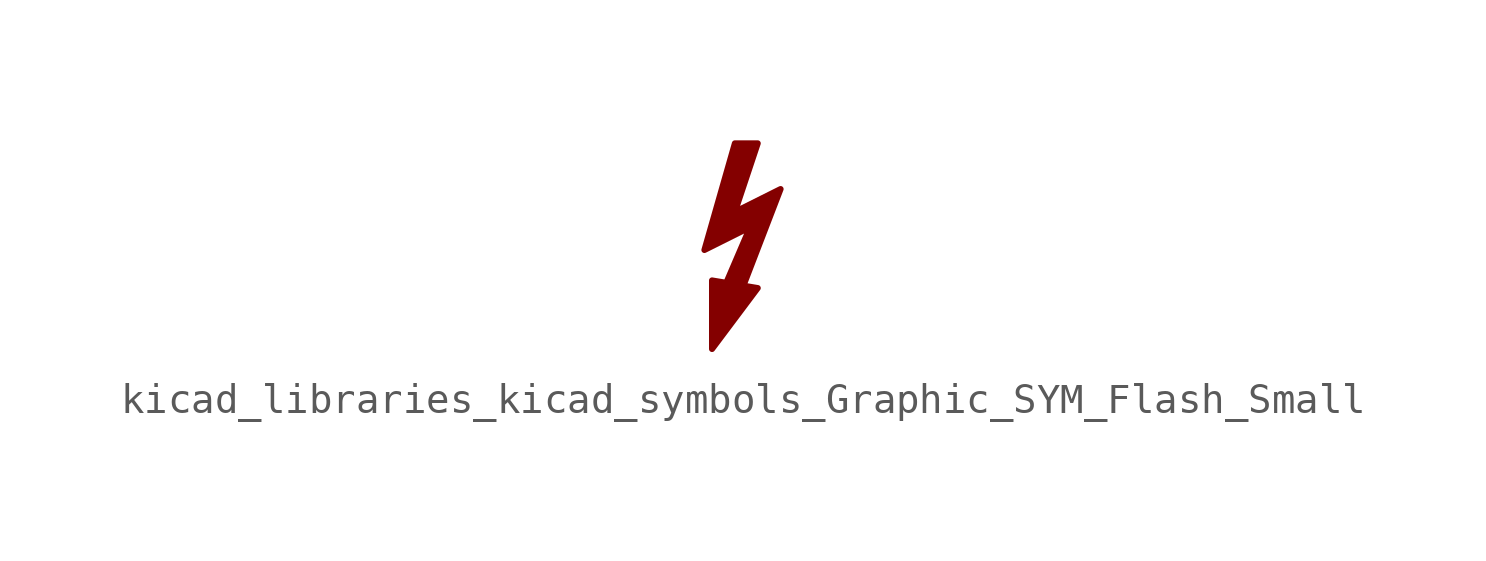
<source format=kicad_sym>
(kicad_symbol_lib
  (version 20220914)
  (generator kicad_symbol_editor)
  (symbol "kicad_libraries_kicad_symbols_Graphic_SYM_Flash_Small"
    (property "Reference" "#SYM"
      (at -2.286 0 90)
      (effects (font (size 1.27 1.27)) hide))
    (symbol "kicad_libraries_kicad_symbols_Graphic_SYM_Flash_Small_0_1"
      (polyline (pts (xy 0.508 -1.016) (xy -1.016 -0.762) (xy -1.016 -3.048) (xy 0.508 -1.016)) (stroke (width 0.203) (type default)) (fill (type outline)))
      (polyline (pts (xy -0.254 3.81) (xy 0.508 3.81) (xy -0.254 1.524) (xy 1.27 2.286) (xy 0 -1.016) (xy -0.508 -0.762) (xy 0.254 1.016) (xy -1.27 0.254) (xy -0.254 3.81)) (stroke (width 0.203) (type default)) (fill (type outline))))))
</source>
